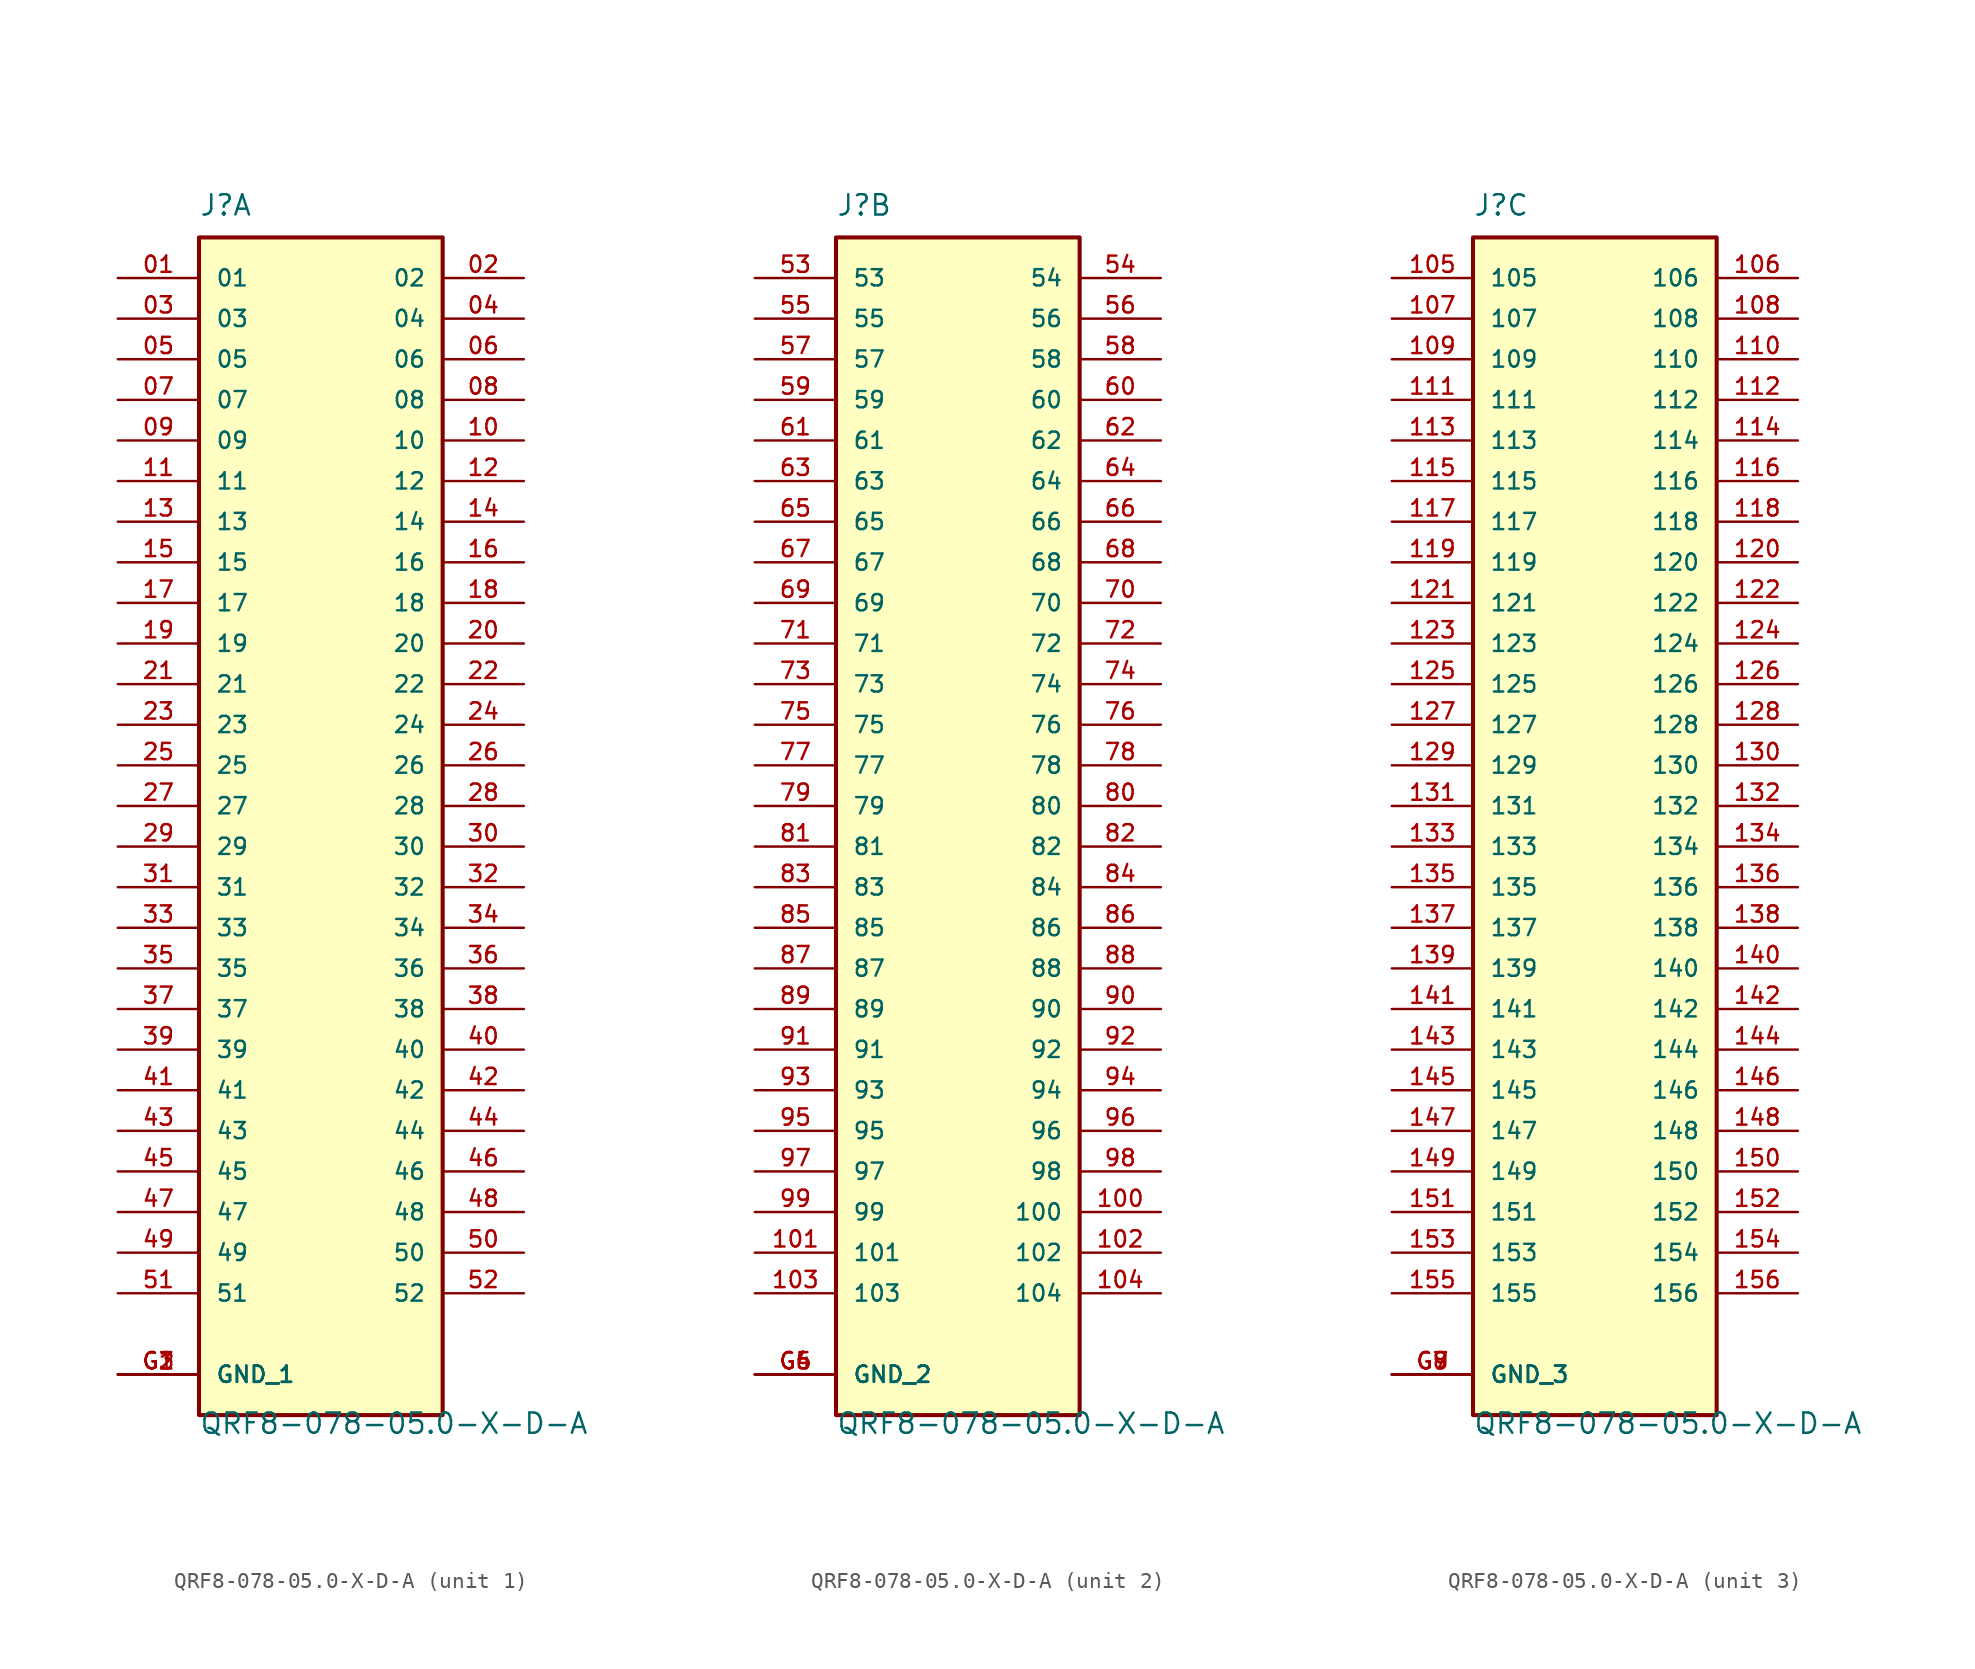
<source format=kicad_sym>
(kicad_symbol_lib
  (version 20211014)
  (generator kicad_symbol_editor)
  (symbol "QRF8-078-05.0-X-D-A"
    (pin_names
      (offset 1.016))
    (property "Reference" "J"
      (at -7.62 36.83 0)
      (effects (font (size 1.27 1.27)) (justify left bottom)))
    (property "Value" "QRF8-078-05.0-X-D-A"
      (at -7.62 -39.37 0)
      (effects (font (size 1.27 1.27)) (justify left bottom)))
    (property "ki_locked" ""
      (at 0 0 0)
      (effects (font (size 1.27 1.27))))
    (symbol "QRF8-078-05.0-X-D-A_1_0"
      (rectangle (start -7.62 -38.1) (end 7.62 35.56) (stroke (width 0.254) (type default) (color 0 0 0 0)) (fill (type background)))
      (pin passive line (at -12.7 33.02 0) (length 5.08) (name "01" (effects (font (size 1.016 1.016)))) (number "01" (effects (font (size 1.016 1.016)))))
      (pin passive line (at 12.7 33.02 180) (length 5.08) (name "02" (effects (font (size 1.016 1.016)))) (number "02" (effects (font (size 1.016 1.016)))))
      (pin passive line (at -12.7 30.48 0) (length 5.08) (name "03" (effects (font (size 1.016 1.016)))) (number "03" (effects (font (size 1.016 1.016)))))
      (pin passive line (at 12.7 30.48 180) (length 5.08) (name "04" (effects (font (size 1.016 1.016)))) (number "04" (effects (font (size 1.016 1.016)))))
      (pin passive line (at -12.7 27.94 0) (length 5.08) (name "05" (effects (font (size 1.016 1.016)))) (number "05" (effects (font (size 1.016 1.016)))))
      (pin passive line (at 12.7 27.94 180) (length 5.08) (name "06" (effects (font (size 1.016 1.016)))) (number "06" (effects (font (size 1.016 1.016)))))
      (pin passive line (at -12.7 25.4 0) (length 5.08) (name "07" (effects (font (size 1.016 1.016)))) (number "07" (effects (font (size 1.016 1.016)))))
      (pin passive line (at 12.7 25.4 180) (length 5.08) (name "08" (effects (font (size 1.016 1.016)))) (number "08" (effects (font (size 1.016 1.016)))))
      (pin passive line (at -12.7 22.86 0) (length 5.08) (name "09" (effects (font (size 1.016 1.016)))) (number "09" (effects (font (size 1.016 1.016)))))
      (pin passive line (at 12.7 22.86 180) (length 5.08) (name "10" (effects (font (size 1.016 1.016)))) (number "10" (effects (font (size 1.016 1.016)))))
      (pin passive line (at -12.7 20.32 0) (length 5.08) (name "11" (effects (font (size 1.016 1.016)))) (number "11" (effects (font (size 1.016 1.016)))))
      (pin passive line (at 12.7 20.32 180) (length 5.08) (name "12" (effects (font (size 1.016 1.016)))) (number "12" (effects (font (size 1.016 1.016)))))
      (pin passive line (at -12.7 17.78 0) (length 5.08) (name "13" (effects (font (size 1.016 1.016)))) (number "13" (effects (font (size 1.016 1.016)))))
      (pin passive line (at 12.7 17.78 180) (length 5.08) (name "14" (effects (font (size 1.016 1.016)))) (number "14" (effects (font (size 1.016 1.016)))))
      (pin passive line (at -12.7 15.24 0) (length 5.08) (name "15" (effects (font (size 1.016 1.016)))) (number "15" (effects (font (size 1.016 1.016)))))
      (pin passive line (at 12.7 15.24 180) (length 5.08) (name "16" (effects (font (size 1.016 1.016)))) (number "16" (effects (font (size 1.016 1.016)))))
      (pin passive line (at -12.7 12.7 0) (length 5.08) (name "17" (effects (font (size 1.016 1.016)))) (number "17" (effects (font (size 1.016 1.016)))))
      (pin passive line (at 12.7 12.7 180) (length 5.08) (name "18" (effects (font (size 1.016 1.016)))) (number "18" (effects (font (size 1.016 1.016)))))
      (pin passive line (at -12.7 10.16 0) (length 5.08) (name "19" (effects (font (size 1.016 1.016)))) (number "19" (effects (font (size 1.016 1.016)))))
      (pin passive line (at 12.7 10.16 180) (length 5.08) (name "20" (effects (font (size 1.016 1.016)))) (number "20" (effects (font (size 1.016 1.016)))))
      (pin passive line (at -12.7 7.62 0) (length 5.08) (name "21" (effects (font (size 1.016 1.016)))) (number "21" (effects (font (size 1.016 1.016)))))
      (pin passive line (at 12.7 7.62 180) (length 5.08) (name "22" (effects (font (size 1.016 1.016)))) (number "22" (effects (font (size 1.016 1.016)))))
      (pin passive line (at -12.7 5.08 0) (length 5.08) (name "23" (effects (font (size 1.016 1.016)))) (number "23" (effects (font (size 1.016 1.016)))))
      (pin passive line (at 12.7 5.08 180) (length 5.08) (name "24" (effects (font (size 1.016 1.016)))) (number "24" (effects (font (size 1.016 1.016)))))
      (pin passive line (at -12.7 2.54 0) (length 5.08) (name "25" (effects (font (size 1.016 1.016)))) (number "25" (effects (font (size 1.016 1.016)))))
      (pin passive line (at 12.7 2.54 180) (length 5.08) (name "26" (effects (font (size 1.016 1.016)))) (number "26" (effects (font (size 1.016 1.016)))))
      (pin passive line (at -12.7 0 0) (length 5.08) (name "27" (effects (font (size 1.016 1.016)))) (number "27" (effects (font (size 1.016 1.016)))))
      (pin passive line (at 12.7 0 180) (length 5.08) (name "28" (effects (font (size 1.016 1.016)))) (number "28" (effects (font (size 1.016 1.016)))))
      (pin passive line (at -12.7 -2.54 0) (length 5.08) (name "29" (effects (font (size 1.016 1.016)))) (number "29" (effects (font (size 1.016 1.016)))))
      (pin passive line (at 12.7 -2.54 180) (length 5.08) (name "30" (effects (font (size 1.016 1.016)))) (number "30" (effects (font (size 1.016 1.016)))))
      (pin passive line (at -12.7 -5.08 0) (length 5.08) (name "31" (effects (font (size 1.016 1.016)))) (number "31" (effects (font (size 1.016 1.016)))))
      (pin passive line (at 12.7 -5.08 180) (length 5.08) (name "32" (effects (font (size 1.016 1.016)))) (number "32" (effects (font (size 1.016 1.016)))))
      (pin passive line (at -12.7 -7.62 0) (length 5.08) (name "33" (effects (font (size 1.016 1.016)))) (number "33" (effects (font (size 1.016 1.016)))))
      (pin passive line (at 12.7 -7.62 180) (length 5.08) (name "34" (effects (font (size 1.016 1.016)))) (number "34" (effects (font (size 1.016 1.016)))))
      (pin passive line (at -12.7 -10.16 0) (length 5.08) (name "35" (effects (font (size 1.016 1.016)))) (number "35" (effects (font (size 1.016 1.016)))))
      (pin passive line (at 12.7 -10.16 180) (length 5.08) (name "36" (effects (font (size 1.016 1.016)))) (number "36" (effects (font (size 1.016 1.016)))))
      (pin passive line (at -12.7 -12.7 0) (length 5.08) (name "37" (effects (font (size 1.016 1.016)))) (number "37" (effects (font (size 1.016 1.016)))))
      (pin passive line (at 12.7 -12.7 180) (length 5.08) (name "38" (effects (font (size 1.016 1.016)))) (number "38" (effects (font (size 1.016 1.016)))))
      (pin passive line (at -12.7 -15.24 0) (length 5.08) (name "39" (effects (font (size 1.016 1.016)))) (number "39" (effects (font (size 1.016 1.016)))))
      (pin passive line (at 12.7 -15.24 180) (length 5.08) (name "40" (effects (font (size 1.016 1.016)))) (number "40" (effects (font (size 1.016 1.016)))))
      (pin passive line (at -12.7 -17.78 0) (length 5.08) (name "41" (effects (font (size 1.016 1.016)))) (number "41" (effects (font (size 1.016 1.016)))))
      (pin passive line (at 12.7 -17.78 180) (length 5.08) (name "42" (effects (font (size 1.016 1.016)))) (number "42" (effects (font (size 1.016 1.016)))))
      (pin passive line (at -12.7 -20.32 0) (length 5.08) (name "43" (effects (font (size 1.016 1.016)))) (number "43" (effects (font (size 1.016 1.016)))))
      (pin passive line (at 12.7 -20.32 180) (length 5.08) (name "44" (effects (font (size 1.016 1.016)))) (number "44" (effects (font (size 1.016 1.016)))))
      (pin passive line (at -12.7 -22.86 0) (length 5.08) (name "45" (effects (font (size 1.016 1.016)))) (number "45" (effects (font (size 1.016 1.016)))))
      (pin passive line (at 12.7 -22.86 180) (length 5.08) (name "46" (effects (font (size 1.016 1.016)))) (number "46" (effects (font (size 1.016 1.016)))))
      (pin passive line (at -12.7 -25.4 0) (length 5.08) (name "47" (effects (font (size 1.016 1.016)))) (number "47" (effects (font (size 1.016 1.016)))))
      (pin passive line (at 12.7 -25.4 180) (length 5.08) (name "48" (effects (font (size 1.016 1.016)))) (number "48" (effects (font (size 1.016 1.016)))))
      (pin passive line (at -12.7 -27.94 0) (length 5.08) (name "49" (effects (font (size 1.016 1.016)))) (number "49" (effects (font (size 1.016 1.016)))))
      (pin passive line (at 12.7 -27.94 180) (length 5.08) (name "50" (effects (font (size 1.016 1.016)))) (number "50" (effects (font (size 1.016 1.016)))))
      (pin passive line (at -12.7 -30.48 0) (length 5.08) (name "51" (effects (font (size 1.016 1.016)))) (number "51" (effects (font (size 1.016 1.016)))))
      (pin passive line (at 12.7 -30.48 180) (length 5.08) (name "52" (effects (font (size 1.016 1.016)))) (number "52" (effects (font (size 1.016 1.016)))))
      (pin power_in line (at -12.7 -35.56 0) (length 5.08) (name "GND_1" (effects (font (size 1.016 1.016)))) (number "G1" (effects (font (size 1.016 1.016)))))
      (pin power_in line (at -12.7 -35.56 0) (length 5.08) (name "GND_1" (effects (font (size 1.016 1.016)))) (number "G2" (effects (font (size 1.016 1.016)))))
      (pin power_in line (at -12.7 -35.56 0) (length 5.08) (name "GND_1" (effects (font (size 1.016 1.016)))) (number "G3" (effects (font (size 1.016 1.016))))))
    (symbol "QRF8-078-05.0-X-D-A_2_0"
      (rectangle (start -7.62 -38.1) (end 7.62 35.56) (stroke (width 0.254) (type default) (color 0 0 0 0)) (fill (type background)))
      (pin passive line (at 12.7 -25.4 180) (length 5.08) (name "100" (effects (font (size 1.016 1.016)))) (number "100" (effects (font (size 1.016 1.016)))))
      (pin passive line (at -12.7 -27.94 0) (length 5.08) (name "101" (effects (font (size 1.016 1.016)))) (number "101" (effects (font (size 1.016 1.016)))))
      (pin passive line (at 12.7 -27.94 180) (length 5.08) (name "102" (effects (font (size 1.016 1.016)))) (number "102" (effects (font (size 1.016 1.016)))))
      (pin passive line (at -12.7 -30.48 0) (length 5.08) (name "103" (effects (font (size 1.016 1.016)))) (number "103" (effects (font (size 1.016 1.016)))))
      (pin passive line (at 12.7 -30.48 180) (length 5.08) (name "104" (effects (font (size 1.016 1.016)))) (number "104" (effects (font (size 1.016 1.016)))))
      (pin passive line (at -12.7 33.02 0) (length 5.08) (name "53" (effects (font (size 1.016 1.016)))) (number "53" (effects (font (size 1.016 1.016)))))
      (pin passive line (at 12.7 33.02 180) (length 5.08) (name "54" (effects (font (size 1.016 1.016)))) (number "54" (effects (font (size 1.016 1.016)))))
      (pin passive line (at -12.7 30.48 0) (length 5.08) (name "55" (effects (font (size 1.016 1.016)))) (number "55" (effects (font (size 1.016 1.016)))))
      (pin passive line (at 12.7 30.48 180) (length 5.08) (name "56" (effects (font (size 1.016 1.016)))) (number "56" (effects (font (size 1.016 1.016)))))
      (pin passive line (at -12.7 27.94 0) (length 5.08) (name "57" (effects (font (size 1.016 1.016)))) (number "57" (effects (font (size 1.016 1.016)))))
      (pin passive line (at 12.7 27.94 180) (length 5.08) (name "58" (effects (font (size 1.016 1.016)))) (number "58" (effects (font (size 1.016 1.016)))))
      (pin passive line (at -12.7 25.4 0) (length 5.08) (name "59" (effects (font (size 1.016 1.016)))) (number "59" (effects (font (size 1.016 1.016)))))
      (pin passive line (at 12.7 25.4 180) (length 5.08) (name "60" (effects (font (size 1.016 1.016)))) (number "60" (effects (font (size 1.016 1.016)))))
      (pin passive line (at -12.7 22.86 0) (length 5.08) (name "61" (effects (font (size 1.016 1.016)))) (number "61" (effects (font (size 1.016 1.016)))))
      (pin passive line (at 12.7 22.86 180) (length 5.08) (name "62" (effects (font (size 1.016 1.016)))) (number "62" (effects (font (size 1.016 1.016)))))
      (pin passive line (at -12.7 20.32 0) (length 5.08) (name "63" (effects (font (size 1.016 1.016)))) (number "63" (effects (font (size 1.016 1.016)))))
      (pin passive line (at 12.7 20.32 180) (length 5.08) (name "64" (effects (font (size 1.016 1.016)))) (number "64" (effects (font (size 1.016 1.016)))))
      (pin passive line (at -12.7 17.78 0) (length 5.08) (name "65" (effects (font (size 1.016 1.016)))) (number "65" (effects (font (size 1.016 1.016)))))
      (pin passive line (at 12.7 17.78 180) (length 5.08) (name "66" (effects (font (size 1.016 1.016)))) (number "66" (effects (font (size 1.016 1.016)))))
      (pin passive line (at -12.7 15.24 0) (length 5.08) (name "67" (effects (font (size 1.016 1.016)))) (number "67" (effects (font (size 1.016 1.016)))))
      (pin passive line (at 12.7 15.24 180) (length 5.08) (name "68" (effects (font (size 1.016 1.016)))) (number "68" (effects (font (size 1.016 1.016)))))
      (pin passive line (at -12.7 12.7 0) (length 5.08) (name "69" (effects (font (size 1.016 1.016)))) (number "69" (effects (font (size 1.016 1.016)))))
      (pin passive line (at 12.7 12.7 180) (length 5.08) (name "70" (effects (font (size 1.016 1.016)))) (number "70" (effects (font (size 1.016 1.016)))))
      (pin passive line (at -12.7 10.16 0) (length 5.08) (name "71" (effects (font (size 1.016 1.016)))) (number "71" (effects (font (size 1.016 1.016)))))
      (pin passive line (at 12.7 10.16 180) (length 5.08) (name "72" (effects (font (size 1.016 1.016)))) (number "72" (effects (font (size 1.016 1.016)))))
      (pin passive line (at -12.7 7.62 0) (length 5.08) (name "73" (effects (font (size 1.016 1.016)))) (number "73" (effects (font (size 1.016 1.016)))))
      (pin passive line (at 12.7 7.62 180) (length 5.08) (name "74" (effects (font (size 1.016 1.016)))) (number "74" (effects (font (size 1.016 1.016)))))
      (pin passive line (at -12.7 5.08 0) (length 5.08) (name "75" (effects (font (size 1.016 1.016)))) (number "75" (effects (font (size 1.016 1.016)))))
      (pin passive line (at 12.7 5.08 180) (length 5.08) (name "76" (effects (font (size 1.016 1.016)))) (number "76" (effects (font (size 1.016 1.016)))))
      (pin passive line (at -12.7 2.54 0) (length 5.08) (name "77" (effects (font (size 1.016 1.016)))) (number "77" (effects (font (size 1.016 1.016)))))
      (pin passive line (at 12.7 2.54 180) (length 5.08) (name "78" (effects (font (size 1.016 1.016)))) (number "78" (effects (font (size 1.016 1.016)))))
      (pin passive line (at -12.7 0 0) (length 5.08) (name "79" (effects (font (size 1.016 1.016)))) (number "79" (effects (font (size 1.016 1.016)))))
      (pin passive line (at 12.7 0 180) (length 5.08) (name "80" (effects (font (size 1.016 1.016)))) (number "80" (effects (font (size 1.016 1.016)))))
      (pin passive line (at -12.7 -2.54 0) (length 5.08) (name "81" (effects (font (size 1.016 1.016)))) (number "81" (effects (font (size 1.016 1.016)))))
      (pin passive line (at 12.7 -2.54 180) (length 5.08) (name "82" (effects (font (size 1.016 1.016)))) (number "82" (effects (font (size 1.016 1.016)))))
      (pin passive line (at -12.7 -5.08 0) (length 5.08) (name "83" (effects (font (size 1.016 1.016)))) (number "83" (effects (font (size 1.016 1.016)))))
      (pin passive line (at 12.7 -5.08 180) (length 5.08) (name "84" (effects (font (size 1.016 1.016)))) (number "84" (effects (font (size 1.016 1.016)))))
      (pin passive line (at -12.7 -7.62 0) (length 5.08) (name "85" (effects (font (size 1.016 1.016)))) (number "85" (effects (font (size 1.016 1.016)))))
      (pin passive line (at 12.7 -7.62 180) (length 5.08) (name "86" (effects (font (size 1.016 1.016)))) (number "86" (effects (font (size 1.016 1.016)))))
      (pin passive line (at -12.7 -10.16 0) (length 5.08) (name "87" (effects (font (size 1.016 1.016)))) (number "87" (effects (font (size 1.016 1.016)))))
      (pin passive line (at 12.7 -10.16 180) (length 5.08) (name "88" (effects (font (size 1.016 1.016)))) (number "88" (effects (font (size 1.016 1.016)))))
      (pin passive line (at -12.7 -12.7 0) (length 5.08) (name "89" (effects (font (size 1.016 1.016)))) (number "89" (effects (font (size 1.016 1.016)))))
      (pin passive line (at 12.7 -12.7 180) (length 5.08) (name "90" (effects (font (size 1.016 1.016)))) (number "90" (effects (font (size 1.016 1.016)))))
      (pin passive line (at -12.7 -15.24 0) (length 5.08) (name "91" (effects (font (size 1.016 1.016)))) (number "91" (effects (font (size 1.016 1.016)))))
      (pin passive line (at 12.7 -15.24 180) (length 5.08) (name "92" (effects (font (size 1.016 1.016)))) (number "92" (effects (font (size 1.016 1.016)))))
      (pin passive line (at -12.7 -17.78 0) (length 5.08) (name "93" (effects (font (size 1.016 1.016)))) (number "93" (effects (font (size 1.016 1.016)))))
      (pin passive line (at 12.7 -17.78 180) (length 5.08) (name "94" (effects (font (size 1.016 1.016)))) (number "94" (effects (font (size 1.016 1.016)))))
      (pin passive line (at -12.7 -20.32 0) (length 5.08) (name "95" (effects (font (size 1.016 1.016)))) (number "95" (effects (font (size 1.016 1.016)))))
      (pin passive line (at 12.7 -20.32 180) (length 5.08) (name "96" (effects (font (size 1.016 1.016)))) (number "96" (effects (font (size 1.016 1.016)))))
      (pin passive line (at -12.7 -22.86 0) (length 5.08) (name "97" (effects (font (size 1.016 1.016)))) (number "97" (effects (font (size 1.016 1.016)))))
      (pin passive line (at 12.7 -22.86 180) (length 5.08) (name "98" (effects (font (size 1.016 1.016)))) (number "98" (effects (font (size 1.016 1.016)))))
      (pin passive line (at -12.7 -25.4 0) (length 5.08) (name "99" (effects (font (size 1.016 1.016)))) (number "99" (effects (font (size 1.016 1.016)))))
      (pin power_in line (at -12.7 -35.56 0) (length 5.08) (name "GND_2" (effects (font (size 1.016 1.016)))) (number "G4" (effects (font (size 1.016 1.016)))))
      (pin power_in line (at -12.7 -35.56 0) (length 5.08) (name "GND_2" (effects (font (size 1.016 1.016)))) (number "G5" (effects (font (size 1.016 1.016)))))
      (pin power_in line (at -12.7 -35.56 0) (length 5.08) (name "GND_2" (effects (font (size 1.016 1.016)))) (number "G6" (effects (font (size 1.016 1.016))))))
    (symbol "QRF8-078-05.0-X-D-A_3_0"
      (rectangle (start -7.62 -38.1) (end 7.62 35.56) (stroke (width 0.254) (type default) (color 0 0 0 0)) (fill (type background)))
      (pin passive line (at -12.7 33.02 0) (length 5.08) (name "105" (effects (font (size 1.016 1.016)))) (number "105" (effects (font (size 1.016 1.016)))))
      (pin passive line (at 12.7 33.02 180) (length 5.08) (name "106" (effects (font (size 1.016 1.016)))) (number "106" (effects (font (size 1.016 1.016)))))
      (pin passive line (at -12.7 30.48 0) (length 5.08) (name "107" (effects (font (size 1.016 1.016)))) (number "107" (effects (font (size 1.016 1.016)))))
      (pin passive line (at 12.7 30.48 180) (length 5.08) (name "108" (effects (font (size 1.016 1.016)))) (number "108" (effects (font (size 1.016 1.016)))))
      (pin passive line (at -12.7 27.94 0) (length 5.08) (name "109" (effects (font (size 1.016 1.016)))) (number "109" (effects (font (size 1.016 1.016)))))
      (pin passive line (at 12.7 27.94 180) (length 5.08) (name "110" (effects (font (size 1.016 1.016)))) (number "110" (effects (font (size 1.016 1.016)))))
      (pin passive line (at -12.7 25.4 0) (length 5.08) (name "111" (effects (font (size 1.016 1.016)))) (number "111" (effects (font (size 1.016 1.016)))))
      (pin passive line (at 12.7 25.4 180) (length 5.08) (name "112" (effects (font (size 1.016 1.016)))) (number "112" (effects (font (size 1.016 1.016)))))
      (pin passive line (at -12.7 22.86 0) (length 5.08) (name "113" (effects (font (size 1.016 1.016)))) (number "113" (effects (font (size 1.016 1.016)))))
      (pin passive line (at 12.7 22.86 180) (length 5.08) (name "114" (effects (font (size 1.016 1.016)))) (number "114" (effects (font (size 1.016 1.016)))))
      (pin passive line (at -12.7 20.32 0) (length 5.08) (name "115" (effects (font (size 1.016 1.016)))) (number "115" (effects (font (size 1.016 1.016)))))
      (pin passive line (at 12.7 20.32 180) (length 5.08) (name "116" (effects (font (size 1.016 1.016)))) (number "116" (effects (font (size 1.016 1.016)))))
      (pin passive line (at -12.7 17.78 0) (length 5.08) (name "117" (effects (font (size 1.016 1.016)))) (number "117" (effects (font (size 1.016 1.016)))))
      (pin passive line (at 12.7 17.78 180) (length 5.08) (name "118" (effects (font (size 1.016 1.016)))) (number "118" (effects (font (size 1.016 1.016)))))
      (pin passive line (at -12.7 15.24 0) (length 5.08) (name "119" (effects (font (size 1.016 1.016)))) (number "119" (effects (font (size 1.016 1.016)))))
      (pin passive line (at 12.7 15.24 180) (length 5.08) (name "120" (effects (font (size 1.016 1.016)))) (number "120" (effects (font (size 1.016 1.016)))))
      (pin passive line (at -12.7 12.7 0) (length 5.08) (name "121" (effects (font (size 1.016 1.016)))) (number "121" (effects (font (size 1.016 1.016)))))
      (pin passive line (at 12.7 12.7 180) (length 5.08) (name "122" (effects (font (size 1.016 1.016)))) (number "122" (effects (font (size 1.016 1.016)))))
      (pin passive line (at -12.7 10.16 0) (length 5.08) (name "123" (effects (font (size 1.016 1.016)))) (number "123" (effects (font (size 1.016 1.016)))))
      (pin passive line (at 12.7 10.16 180) (length 5.08) (name "124" (effects (font (size 1.016 1.016)))) (number "124" (effects (font (size 1.016 1.016)))))
      (pin passive line (at -12.7 7.62 0) (length 5.08) (name "125" (effects (font (size 1.016 1.016)))) (number "125" (effects (font (size 1.016 1.016)))))
      (pin passive line (at 12.7 7.62 180) (length 5.08) (name "126" (effects (font (size 1.016 1.016)))) (number "126" (effects (font (size 1.016 1.016)))))
      (pin passive line (at -12.7 5.08 0) (length 5.08) (name "127" (effects (font (size 1.016 1.016)))) (number "127" (effects (font (size 1.016 1.016)))))
      (pin passive line (at 12.7 5.08 180) (length 5.08) (name "128" (effects (font (size 1.016 1.016)))) (number "128" (effects (font (size 1.016 1.016)))))
      (pin passive line (at -12.7 2.54 0) (length 5.08) (name "129" (effects (font (size 1.016 1.016)))) (number "129" (effects (font (size 1.016 1.016)))))
      (pin passive line (at 12.7 2.54 180) (length 5.08) (name "130" (effects (font (size 1.016 1.016)))) (number "130" (effects (font (size 1.016 1.016)))))
      (pin passive line (at -12.7 0 0) (length 5.08) (name "131" (effects (font (size 1.016 1.016)))) (number "131" (effects (font (size 1.016 1.016)))))
      (pin passive line (at 12.7 0 180) (length 5.08) (name "132" (effects (font (size 1.016 1.016)))) (number "132" (effects (font (size 1.016 1.016)))))
      (pin passive line (at -12.7 -2.54 0) (length 5.08) (name "133" (effects (font (size 1.016 1.016)))) (number "133" (effects (font (size 1.016 1.016)))))
      (pin passive line (at 12.7 -2.54 180) (length 5.08) (name "134" (effects (font (size 1.016 1.016)))) (number "134" (effects (font (size 1.016 1.016)))))
      (pin passive line (at -12.7 -5.08 0) (length 5.08) (name "135" (effects (font (size 1.016 1.016)))) (number "135" (effects (font (size 1.016 1.016)))))
      (pin passive line (at 12.7 -5.08 180) (length 5.08) (name "136" (effects (font (size 1.016 1.016)))) (number "136" (effects (font (size 1.016 1.016)))))
      (pin passive line (at -12.7 -7.62 0) (length 5.08) (name "137" (effects (font (size 1.016 1.016)))) (number "137" (effects (font (size 1.016 1.016)))))
      (pin passive line (at 12.7 -7.62 180) (length 5.08) (name "138" (effects (font (size 1.016 1.016)))) (number "138" (effects (font (size 1.016 1.016)))))
      (pin passive line (at -12.7 -10.16 0) (length 5.08) (name "139" (effects (font (size 1.016 1.016)))) (number "139" (effects (font (size 1.016 1.016)))))
      (pin passive line (at 12.7 -10.16 180) (length 5.08) (name "140" (effects (font (size 1.016 1.016)))) (number "140" (effects (font (size 1.016 1.016)))))
      (pin passive line (at -12.7 -12.7 0) (length 5.08) (name "141" (effects (font (size 1.016 1.016)))) (number "141" (effects (font (size 1.016 1.016)))))
      (pin passive line (at 12.7 -12.7 180) (length 5.08) (name "142" (effects (font (size 1.016 1.016)))) (number "142" (effects (font (size 1.016 1.016)))))
      (pin passive line (at -12.7 -15.24 0) (length 5.08) (name "143" (effects (font (size 1.016 1.016)))) (number "143" (effects (font (size 1.016 1.016)))))
      (pin passive line (at 12.7 -15.24 180) (length 5.08) (name "144" (effects (font (size 1.016 1.016)))) (number "144" (effects (font (size 1.016 1.016)))))
      (pin passive line (at -12.7 -17.78 0) (length 5.08) (name "145" (effects (font (size 1.016 1.016)))) (number "145" (effects (font (size 1.016 1.016)))))
      (pin passive line (at 12.7 -17.78 180) (length 5.08) (name "146" (effects (font (size 1.016 1.016)))) (number "146" (effects (font (size 1.016 1.016)))))
      (pin passive line (at -12.7 -20.32 0) (length 5.08) (name "147" (effects (font (size 1.016 1.016)))) (number "147" (effects (font (size 1.016 1.016)))))
      (pin passive line (at 12.7 -20.32 180) (length 5.08) (name "148" (effects (font (size 1.016 1.016)))) (number "148" (effects (font (size 1.016 1.016)))))
      (pin passive line (at -12.7 -22.86 0) (length 5.08) (name "149" (effects (font (size 1.016 1.016)))) (number "149" (effects (font (size 1.016 1.016)))))
      (pin passive line (at 12.7 -22.86 180) (length 5.08) (name "150" (effects (font (size 1.016 1.016)))) (number "150" (effects (font (size 1.016 1.016)))))
      (pin passive line (at -12.7 -25.4 0) (length 5.08) (name "151" (effects (font (size 1.016 1.016)))) (number "151" (effects (font (size 1.016 1.016)))))
      (pin passive line (at 12.7 -25.4 180) (length 5.08) (name "152" (effects (font (size 1.016 1.016)))) (number "152" (effects (font (size 1.016 1.016)))))
      (pin passive line (at -12.7 -27.94 0) (length 5.08) (name "153" (effects (font (size 1.016 1.016)))) (number "153" (effects (font (size 1.016 1.016)))))
      (pin passive line (at 12.7 -27.94 180) (length 5.08) (name "154" (effects (font (size 1.016 1.016)))) (number "154" (effects (font (size 1.016 1.016)))))
      (pin passive line (at -12.7 -30.48 0) (length 5.08) (name "155" (effects (font (size 1.016 1.016)))) (number "155" (effects (font (size 1.016 1.016)))))
      (pin passive line (at 12.7 -30.48 180) (length 5.08) (name "156" (effects (font (size 1.016 1.016)))) (number "156" (effects (font (size 1.016 1.016)))))
      (pin power_in line (at -12.7 -35.56 0) (length 5.08) (name "GND_3" (effects (font (size 1.016 1.016)))) (number "G7" (effects (font (size 1.016 1.016)))))
      (pin power_in line (at -12.7 -35.56 0) (length 5.08) (name "GND_3" (effects (font (size 1.016 1.016)))) (number "G8" (effects (font (size 1.016 1.016)))))
      (pin power_in line (at -12.7 -35.56 0) (length 5.08) (name "GND_3" (effects (font (size 1.016 1.016)))) (number "G9" (effects (font (size 1.016 1.016))))))))
</source>
